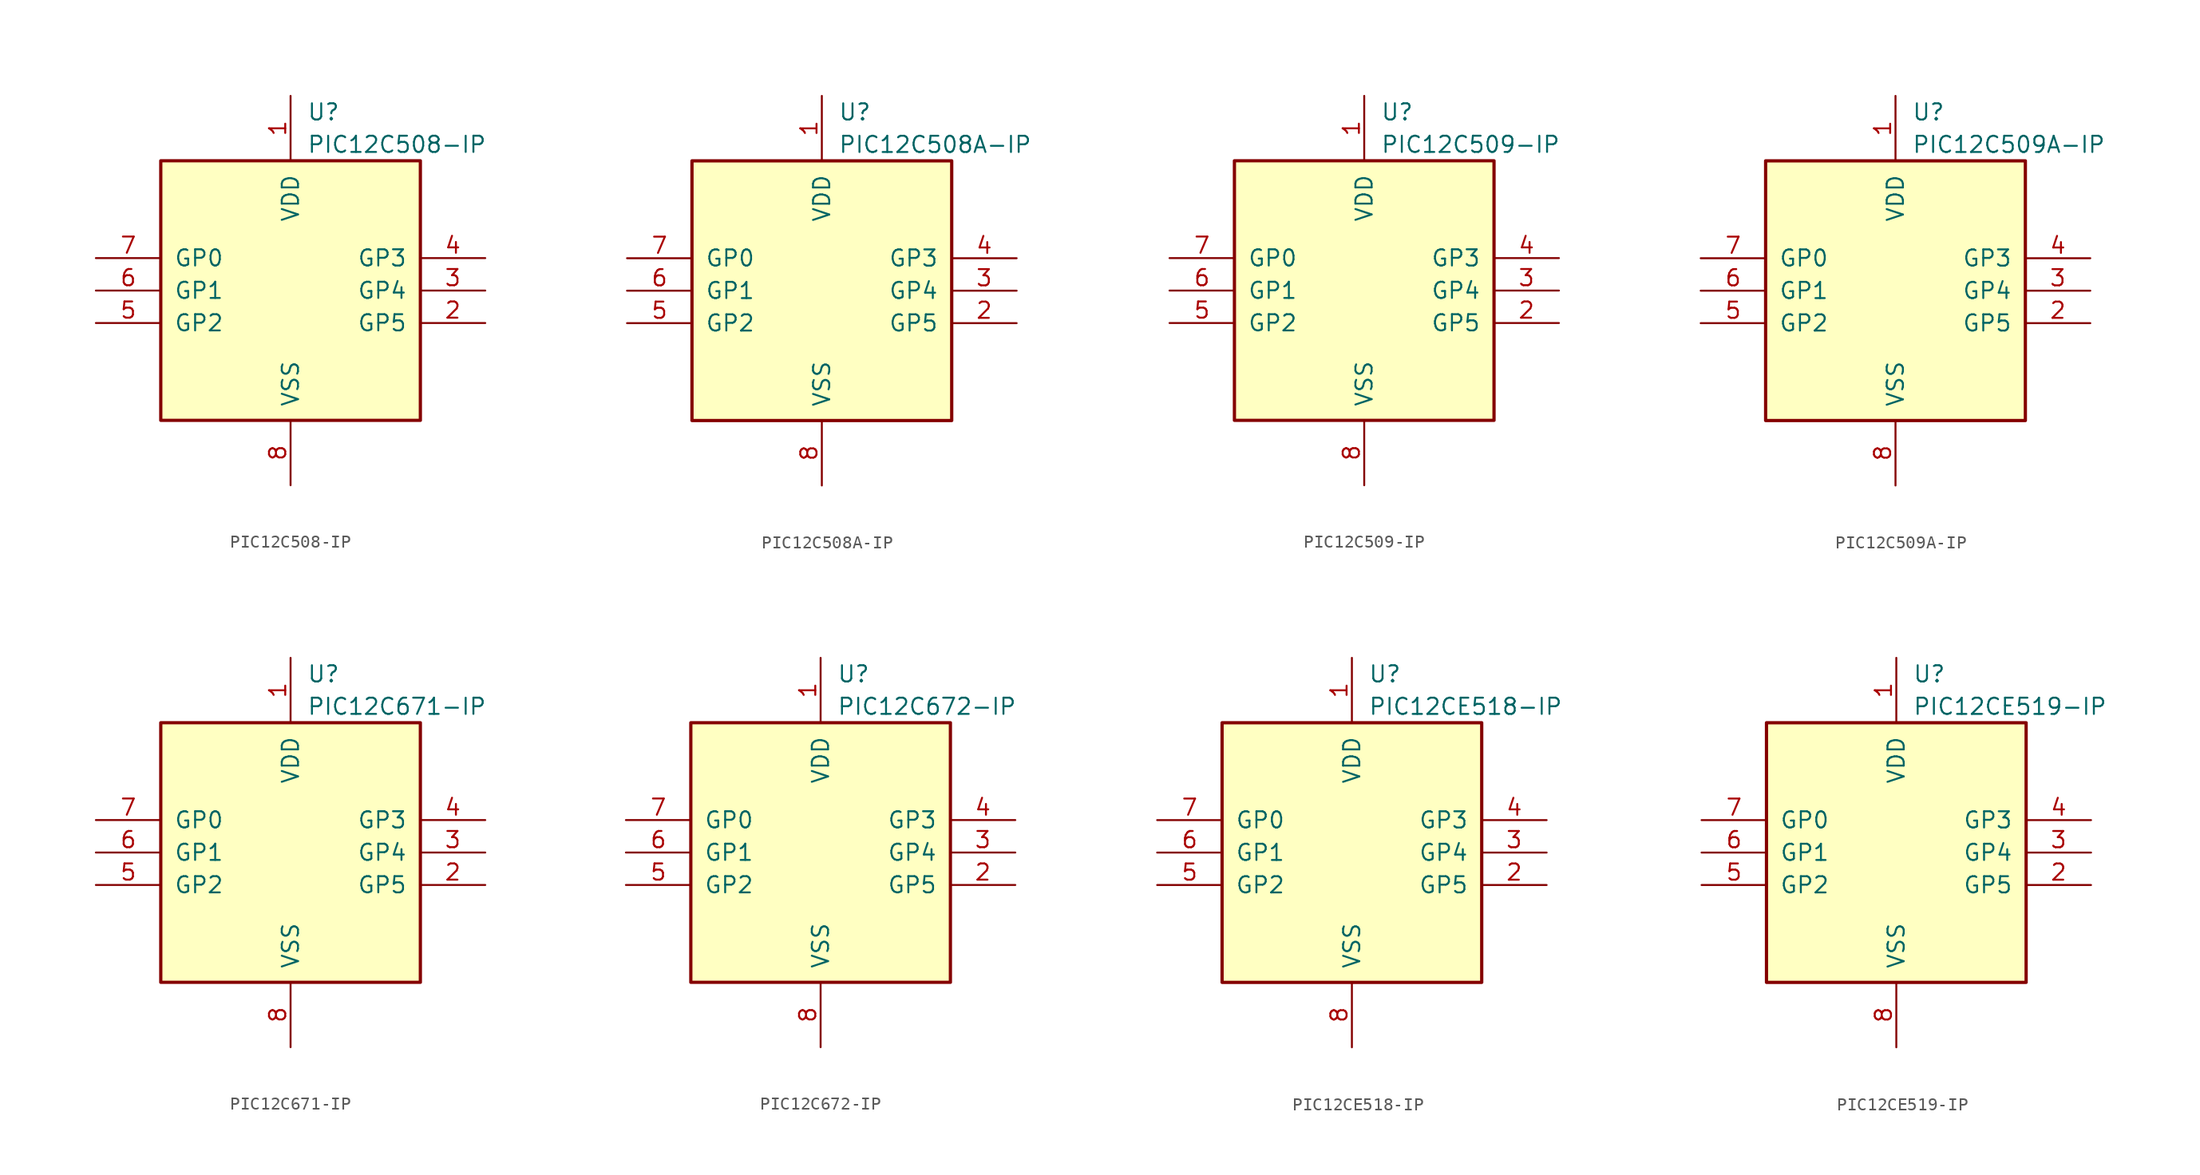
<source format=kicad_sym>
(kicad_symbol_lib
  (version 20201005)
  (generator kicad_symbol_editor)
  (symbol "PIC12C508-IP"
    (pin_names
      (offset 1.016))
    (property "Reference" "U"
      (at 1.27 13.97 0)
      (effects (font (size 1.27 1.27)) (justify left)))
    (property "Value" "PIC12C508-IP"
      (at 1.27 11.43 0)
      (effects (font (size 1.27 1.27)) (justify left)))
    (symbol "PIC12C508-IP_0_1"
      (rectangle (start 10.16 -10.16) (end -10.16 10.16) (stroke (width 0.254)) (fill (type background))))
    (symbol "PIC12C508-IP_1_1"
      (pin power_in line (at 0 15.24 270) (length 5.08) (name "VDD" (effects (font (size 1.27 1.27)))) (number "1" (effects (font (size 1.27 1.27)))))
      (pin bidirectional line (at 15.24 -2.54 180) (length 5.08) (name "GP5" (effects (font (size 1.27 1.27)))) (number "2" (effects (font (size 1.27 1.27)))))
      (pin bidirectional line (at 15.24 0 180) (length 5.08) (name "GP4" (effects (font (size 1.27 1.27)))) (number "3" (effects (font (size 1.27 1.27)))))
      (pin input line (at 15.24 2.54 180) (length 5.08) (name "GP3" (effects (font (size 1.27 1.27)))) (number "4" (effects (font (size 1.27 1.27)))))
      (pin bidirectional line (at -15.24 -2.54 0) (length 5.08) (name "GP2" (effects (font (size 1.27 1.27)))) (number "5" (effects (font (size 1.27 1.27)))))
      (pin bidirectional line (at -15.24 0 0) (length 5.08) (name "GP1" (effects (font (size 1.27 1.27)))) (number "6" (effects (font (size 1.27 1.27)))))
      (pin bidirectional line (at -15.24 2.54 0) (length 5.08) (name "GP0" (effects (font (size 1.27 1.27)))) (number "7" (effects (font (size 1.27 1.27)))))
      (pin power_in line (at 0 -15.24 90) (length 5.08) (name "VSS" (effects (font (size 1.27 1.27)))) (number "8" (effects (font (size 1.27 1.27)))))))
  (symbol "PIC12C508A-IP"
    (pin_names
      (offset 1.016))
    (property "Reference" "U"
      (at 1.27 13.97 0)
      (effects (font (size 1.27 1.27)) (justify left)))
    (property "Value" "PIC12C508A-IP"
      (at 1.27 11.43 0)
      (effects (font (size 1.27 1.27)) (justify left)))
    (symbol "PIC12C508A-IP_0_1"
      (rectangle (start 10.16 -10.16) (end -10.16 10.16) (stroke (width 0.254)) (fill (type background))))
    (symbol "PIC12C508A-IP_1_1"
      (pin power_in line (at 0 15.24 270) (length 5.08) (name "VDD" (effects (font (size 1.27 1.27)))) (number "1" (effects (font (size 1.27 1.27)))))
      (pin bidirectional line (at 15.24 -2.54 180) (length 5.08) (name "GP5" (effects (font (size 1.27 1.27)))) (number "2" (effects (font (size 1.27 1.27)))))
      (pin bidirectional line (at 15.24 0 180) (length 5.08) (name "GP4" (effects (font (size 1.27 1.27)))) (number "3" (effects (font (size 1.27 1.27)))))
      (pin input line (at 15.24 2.54 180) (length 5.08) (name "GP3" (effects (font (size 1.27 1.27)))) (number "4" (effects (font (size 1.27 1.27)))))
      (pin bidirectional line (at -15.24 -2.54 0) (length 5.08) (name "GP2" (effects (font (size 1.27 1.27)))) (number "5" (effects (font (size 1.27 1.27)))))
      (pin bidirectional line (at -15.24 0 0) (length 5.08) (name "GP1" (effects (font (size 1.27 1.27)))) (number "6" (effects (font (size 1.27 1.27)))))
      (pin bidirectional line (at -15.24 2.54 0) (length 5.08) (name "GP0" (effects (font (size 1.27 1.27)))) (number "7" (effects (font (size 1.27 1.27)))))
      (pin power_in line (at 0 -15.24 90) (length 5.08) (name "VSS" (effects (font (size 1.27 1.27)))) (number "8" (effects (font (size 1.27 1.27)))))))
  (symbol "PIC12C509-IP"
    (pin_names
      (offset 1.016))
    (property "Reference" "U"
      (at 1.27 13.97 0)
      (effects (font (size 1.27 1.27)) (justify left)))
    (property "Value" "PIC12C509-IP"
      (at 1.27 11.43 0)
      (effects (font (size 1.27 1.27)) (justify left)))
    (symbol "PIC12C509-IP_0_1"
      (rectangle (start 10.16 -10.16) (end -10.16 10.16) (stroke (width 0.254)) (fill (type background))))
    (symbol "PIC12C509-IP_1_1"
      (pin power_in line (at 0 15.24 270) (length 5.08) (name "VDD" (effects (font (size 1.27 1.27)))) (number "1" (effects (font (size 1.27 1.27)))))
      (pin bidirectional line (at 15.24 -2.54 180) (length 5.08) (name "GP5" (effects (font (size 1.27 1.27)))) (number "2" (effects (font (size 1.27 1.27)))))
      (pin bidirectional line (at 15.24 0 180) (length 5.08) (name "GP4" (effects (font (size 1.27 1.27)))) (number "3" (effects (font (size 1.27 1.27)))))
      (pin input line (at 15.24 2.54 180) (length 5.08) (name "GP3" (effects (font (size 1.27 1.27)))) (number "4" (effects (font (size 1.27 1.27)))))
      (pin bidirectional line (at -15.24 -2.54 0) (length 5.08) (name "GP2" (effects (font (size 1.27 1.27)))) (number "5" (effects (font (size 1.27 1.27)))))
      (pin bidirectional line (at -15.24 0 0) (length 5.08) (name "GP1" (effects (font (size 1.27 1.27)))) (number "6" (effects (font (size 1.27 1.27)))))
      (pin bidirectional line (at -15.24 2.54 0) (length 5.08) (name "GP0" (effects (font (size 1.27 1.27)))) (number "7" (effects (font (size 1.27 1.27)))))
      (pin power_in line (at 0 -15.24 90) (length 5.08) (name "VSS" (effects (font (size 1.27 1.27)))) (number "8" (effects (font (size 1.27 1.27)))))))
  (symbol "PIC12C509A-IP"
    (pin_names
      (offset 1.016))
    (property "Reference" "U"
      (at 1.27 13.97 0)
      (effects (font (size 1.27 1.27)) (justify left)))
    (property "Value" "PIC12C509A-IP"
      (at 1.27 11.43 0)
      (effects (font (size 1.27 1.27)) (justify left)))
    (symbol "PIC12C509A-IP_0_1"
      (rectangle (start 10.16 -10.16) (end -10.16 10.16) (stroke (width 0.254)) (fill (type background))))
    (symbol "PIC12C509A-IP_1_1"
      (pin power_in line (at 0 15.24 270) (length 5.08) (name "VDD" (effects (font (size 1.27 1.27)))) (number "1" (effects (font (size 1.27 1.27)))))
      (pin bidirectional line (at 15.24 -2.54 180) (length 5.08) (name "GP5" (effects (font (size 1.27 1.27)))) (number "2" (effects (font (size 1.27 1.27)))))
      (pin bidirectional line (at 15.24 0 180) (length 5.08) (name "GP4" (effects (font (size 1.27 1.27)))) (number "3" (effects (font (size 1.27 1.27)))))
      (pin input line (at 15.24 2.54 180) (length 5.08) (name "GP3" (effects (font (size 1.27 1.27)))) (number "4" (effects (font (size 1.27 1.27)))))
      (pin bidirectional line (at -15.24 -2.54 0) (length 5.08) (name "GP2" (effects (font (size 1.27 1.27)))) (number "5" (effects (font (size 1.27 1.27)))))
      (pin bidirectional line (at -15.24 0 0) (length 5.08) (name "GP1" (effects (font (size 1.27 1.27)))) (number "6" (effects (font (size 1.27 1.27)))))
      (pin bidirectional line (at -15.24 2.54 0) (length 5.08) (name "GP0" (effects (font (size 1.27 1.27)))) (number "7" (effects (font (size 1.27 1.27)))))
      (pin power_in line (at 0 -15.24 90) (length 5.08) (name "VSS" (effects (font (size 1.27 1.27)))) (number "8" (effects (font (size 1.27 1.27)))))))
  (symbol "PIC12C671-IP"
    (pin_names
      (offset 1.016))
    (property "Reference" "U"
      (at 1.27 13.97 0)
      (effects (font (size 1.27 1.27)) (justify left)))
    (property "Value" "PIC12C671-IP"
      (at 1.27 11.43 0)
      (effects (font (size 1.27 1.27)) (justify left)))
    (symbol "PIC12C671-IP_0_1"
      (rectangle (start 10.16 -10.16) (end -10.16 10.16) (stroke (width 0.254)) (fill (type background))))
    (symbol "PIC12C671-IP_1_1"
      (pin power_in line (at 0 15.24 270) (length 5.08) (name "VDD" (effects (font (size 1.27 1.27)))) (number "1" (effects (font (size 1.27 1.27)))))
      (pin bidirectional line (at 15.24 -2.54 180) (length 5.08) (name "GP5" (effects (font (size 1.27 1.27)))) (number "2" (effects (font (size 1.27 1.27)))))
      (pin bidirectional line (at 15.24 0 180) (length 5.08) (name "GP4" (effects (font (size 1.27 1.27)))) (number "3" (effects (font (size 1.27 1.27)))))
      (pin input line (at 15.24 2.54 180) (length 5.08) (name "GP3" (effects (font (size 1.27 1.27)))) (number "4" (effects (font (size 1.27 1.27)))))
      (pin bidirectional line (at -15.24 -2.54 0) (length 5.08) (name "GP2" (effects (font (size 1.27 1.27)))) (number "5" (effects (font (size 1.27 1.27)))))
      (pin bidirectional line (at -15.24 0 0) (length 5.08) (name "GP1" (effects (font (size 1.27 1.27)))) (number "6" (effects (font (size 1.27 1.27)))))
      (pin bidirectional line (at -15.24 2.54 0) (length 5.08) (name "GP0" (effects (font (size 1.27 1.27)))) (number "7" (effects (font (size 1.27 1.27)))))
      (pin power_in line (at 0 -15.24 90) (length 5.08) (name "VSS" (effects (font (size 1.27 1.27)))) (number "8" (effects (font (size 1.27 1.27)))))))
  (symbol "PIC12C672-IP"
    (pin_names
      (offset 1.016))
    (property "Reference" "U"
      (at 1.27 13.97 0)
      (effects (font (size 1.27 1.27)) (justify left)))
    (property "Value" "PIC12C672-IP"
      (at 1.27 11.43 0)
      (effects (font (size 1.27 1.27)) (justify left)))
    (symbol "PIC12C672-IP_0_1"
      (rectangle (start 10.16 -10.16) (end -10.16 10.16) (stroke (width 0.254)) (fill (type background))))
    (symbol "PIC12C672-IP_1_1"
      (pin power_in line (at 0 15.24 270) (length 5.08) (name "VDD" (effects (font (size 1.27 1.27)))) (number "1" (effects (font (size 1.27 1.27)))))
      (pin bidirectional line (at 15.24 -2.54 180) (length 5.08) (name "GP5" (effects (font (size 1.27 1.27)))) (number "2" (effects (font (size 1.27 1.27)))))
      (pin bidirectional line (at 15.24 0 180) (length 5.08) (name "GP4" (effects (font (size 1.27 1.27)))) (number "3" (effects (font (size 1.27 1.27)))))
      (pin input line (at 15.24 2.54 180) (length 5.08) (name "GP3" (effects (font (size 1.27 1.27)))) (number "4" (effects (font (size 1.27 1.27)))))
      (pin bidirectional line (at -15.24 -2.54 0) (length 5.08) (name "GP2" (effects (font (size 1.27 1.27)))) (number "5" (effects (font (size 1.27 1.27)))))
      (pin bidirectional line (at -15.24 0 0) (length 5.08) (name "GP1" (effects (font (size 1.27 1.27)))) (number "6" (effects (font (size 1.27 1.27)))))
      (pin bidirectional line (at -15.24 2.54 0) (length 5.08) (name "GP0" (effects (font (size 1.27 1.27)))) (number "7" (effects (font (size 1.27 1.27)))))
      (pin power_in line (at 0 -15.24 90) (length 5.08) (name "VSS" (effects (font (size 1.27 1.27)))) (number "8" (effects (font (size 1.27 1.27)))))))
  (symbol "PIC12CE518-IP"
    (pin_names
      (offset 1.016))
    (property "Reference" "U"
      (at 1.27 13.97 0)
      (effects (font (size 1.27 1.27)) (justify left)))
    (property "Value" "PIC12CE518-IP"
      (at 1.27 11.43 0)
      (effects (font (size 1.27 1.27)) (justify left)))
    (symbol "PIC12CE518-IP_0_1"
      (rectangle (start 10.16 -10.16) (end -10.16 10.16) (stroke (width 0.254)) (fill (type background))))
    (symbol "PIC12CE518-IP_1_1"
      (pin power_in line (at 0 15.24 270) (length 5.08) (name "VDD" (effects (font (size 1.27 1.27)))) (number "1" (effects (font (size 1.27 1.27)))))
      (pin bidirectional line (at 15.24 -2.54 180) (length 5.08) (name "GP5" (effects (font (size 1.27 1.27)))) (number "2" (effects (font (size 1.27 1.27)))))
      (pin bidirectional line (at 15.24 0 180) (length 5.08) (name "GP4" (effects (font (size 1.27 1.27)))) (number "3" (effects (font (size 1.27 1.27)))))
      (pin input line (at 15.24 2.54 180) (length 5.08) (name "GP3" (effects (font (size 1.27 1.27)))) (number "4" (effects (font (size 1.27 1.27)))))
      (pin bidirectional line (at -15.24 -2.54 0) (length 5.08) (name "GP2" (effects (font (size 1.27 1.27)))) (number "5" (effects (font (size 1.27 1.27)))))
      (pin bidirectional line (at -15.24 0 0) (length 5.08) (name "GP1" (effects (font (size 1.27 1.27)))) (number "6" (effects (font (size 1.27 1.27)))))
      (pin bidirectional line (at -15.24 2.54 0) (length 5.08) (name "GP0" (effects (font (size 1.27 1.27)))) (number "7" (effects (font (size 1.27 1.27)))))
      (pin power_in line (at 0 -15.24 90) (length 5.08) (name "VSS" (effects (font (size 1.27 1.27)))) (number "8" (effects (font (size 1.27 1.27)))))))
  (symbol "PIC12CE519-IP"
    (pin_names
      (offset 1.016))
    (property "Reference" "U"
      (at 1.27 13.97 0)
      (effects (font (size 1.27 1.27)) (justify left)))
    (property "Value" "PIC12CE519-IP"
      (at 1.27 11.43 0)
      (effects (font (size 1.27 1.27)) (justify left)))
    (symbol "PIC12CE519-IP_0_1"
      (rectangle (start 10.16 -10.16) (end -10.16 10.16) (stroke (width 0.254)) (fill (type background))))
    (symbol "PIC12CE519-IP_1_1"
      (pin power_in line (at 0 15.24 270) (length 5.08) (name "VDD" (effects (font (size 1.27 1.27)))) (number "1" (effects (font (size 1.27 1.27)))))
      (pin bidirectional line (at 15.24 -2.54 180) (length 5.08) (name "GP5" (effects (font (size 1.27 1.27)))) (number "2" (effects (font (size 1.27 1.27)))))
      (pin bidirectional line (at 15.24 0 180) (length 5.08) (name "GP4" (effects (font (size 1.27 1.27)))) (number "3" (effects (font (size 1.27 1.27)))))
      (pin input line (at 15.24 2.54 180) (length 5.08) (name "GP3" (effects (font (size 1.27 1.27)))) (number "4" (effects (font (size 1.27 1.27)))))
      (pin bidirectional line (at -15.24 -2.54 0) (length 5.08) (name "GP2" (effects (font (size 1.27 1.27)))) (number "5" (effects (font (size 1.27 1.27)))))
      (pin bidirectional line (at -15.24 0 0) (length 5.08) (name "GP1" (effects (font (size 1.27 1.27)))) (number "6" (effects (font (size 1.27 1.27)))))
      (pin bidirectional line (at -15.24 2.54 0) (length 5.08) (name "GP0" (effects (font (size 1.27 1.27)))) (number "7" (effects (font (size 1.27 1.27)))))
      (pin power_in line (at 0 -15.24 90) (length 5.08) (name "VSS" (effects (font (size 1.27 1.27)))) (number "8" (effects (font (size 1.27 1.27))))))))
</source>
